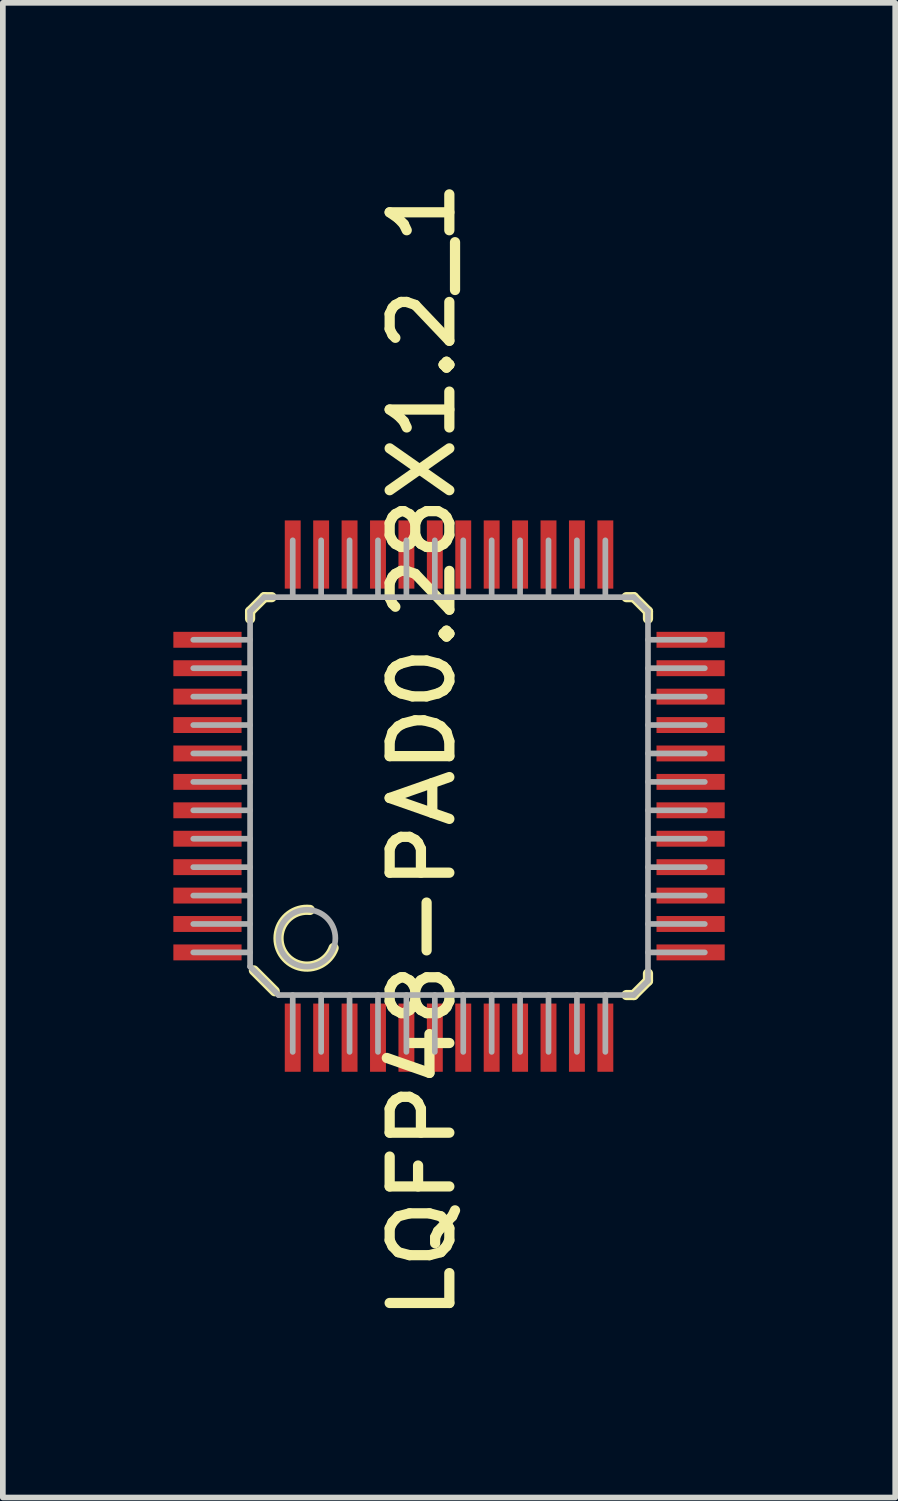
<source format=kicad_pcb>
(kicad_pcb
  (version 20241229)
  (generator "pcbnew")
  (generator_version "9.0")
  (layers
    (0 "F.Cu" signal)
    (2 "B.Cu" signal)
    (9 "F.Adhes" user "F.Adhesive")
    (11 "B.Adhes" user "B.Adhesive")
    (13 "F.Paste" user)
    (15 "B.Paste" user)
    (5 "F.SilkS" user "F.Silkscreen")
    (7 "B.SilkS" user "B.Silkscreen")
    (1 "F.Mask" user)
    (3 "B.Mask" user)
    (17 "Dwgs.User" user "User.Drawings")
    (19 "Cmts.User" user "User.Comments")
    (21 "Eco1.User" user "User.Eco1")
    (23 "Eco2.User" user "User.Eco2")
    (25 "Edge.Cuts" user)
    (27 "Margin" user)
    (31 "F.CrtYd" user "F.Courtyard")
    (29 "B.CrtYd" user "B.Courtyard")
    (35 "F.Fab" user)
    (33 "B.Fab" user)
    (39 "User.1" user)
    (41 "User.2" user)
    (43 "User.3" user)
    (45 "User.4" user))
  (footprint "LQFP48-PAD0.28X1.2_1"
    (layer "F.Cu")
    (at 4.85 10.956)
    (property "Reference" "LQFP48-PAD0.28X1.2_1" (at -0.471 -0.808 90) (unlocked yes) (layer "F.SilkS") (effects (font (size 1.05 1.104) (thickness 0.18))))
    (attr smd)
    (fp_line (start -3.5 -3.25) (end -3.25 -3.5) (stroke (width 0.18) (type solid)) (layer "F.SilkS"))
    (fp_line (start -3.5 -3.121) (end -3.5 -3.25) (stroke (width 0.18) (type solid)) (layer "F.SilkS"))
    (fp_line (start -3.433 3.067) (end -3.067 3.433) (stroke (width 0.18) (type solid)) (layer "F.SilkS"))
    (fp_line (start -3.25 -3.5) (end -3.121 -3.5) (stroke (width 0.18) (type solid)) (layer "F.SilkS"))
    (fp_line (start 3.121 -3.5) (end 3.25 -3.5) (stroke (width 0.18) (type solid)) (layer "F.SilkS"))
    (fp_line (start 3.121 3.5) (end 3.25 3.5) (stroke (width 0.18) (type solid)) (layer "F.SilkS"))
    (fp_line (start 3.25 -3.5) (end 3.5 -3.25) (stroke (width 0.18) (type solid)) (layer "F.SilkS"))
    (fp_line (start 3.25 3.5) (end 3.5 3.25) (stroke (width 0.18) (type solid)) (layer "F.SilkS"))
    (fp_line (start 3.5 -3.121) (end 3.5 -3.25) (stroke (width 0.18) (type solid)) (layer "F.SilkS"))
    (fp_line (start 3.5 3.25) (end 3.5 3.121) (stroke (width 0.18) (type solid)) (layer "F.SilkS"))
    (fp_arc (start -2.030453 2.671816) (mid -2.924005 2.764944) (end -2.448595 2.002649) (stroke (width 0.18) (type solid)) (layer "F.SilkS"))
    (fp_line (start -4.5 -2.75) (end -3.5 -2.75) (stroke (width 0.1) (type solid)) (layer "F.Fab"))
    (fp_line (start -4.5 -2.25) (end -3.5 -2.25) (stroke (width 0.1) (type solid)) (layer "F.Fab"))
    (fp_line (start -4.5 -1.75) (end -3.5 -1.75) (stroke (width 0.1) (type solid)) (layer "F.Fab"))
    (fp_line (start -4.5 -1.25) (end -3.5 -1.25) (stroke (width 0.1) (type solid)) (layer "F.Fab"))
    (fp_line (start -4.5 -0.75) (end -3.5 -0.75) (stroke (width 0.1) (type solid)) (layer "F.Fab"))
    (fp_line (start -4.5 -0.25) (end -3.5 -0.25) (stroke (width 0.1) (type solid)) (layer "F.Fab"))
    (fp_line (start -4.5 0.25) (end -3.5 0.25) (stroke (width 0.1) (type solid)) (layer "F.Fab"))
    (fp_line (start -4.5 0.75) (end -3.5 0.75) (stroke (width 0.1) (type solid)) (layer "F.Fab"))
    (fp_line (start -4.5 1.25) (end -3.5 1.25) (stroke (width 0.1) (type solid)) (layer "F.Fab"))
    (fp_line (start -4.5 1.75) (end -3.5 1.75) (stroke (width 0.1) (type solid)) (layer "F.Fab"))
    (fp_line (start -4.5 2.25) (end -3.5 2.25) (stroke (width 0.1) (type solid)) (layer "F.Fab"))
    (fp_line (start -4.5 2.75) (end -3.5 2.75) (stroke (width 0.1) (type solid)) (layer "F.Fab"))
    (fp_line (start -3.5 -3.25) (end -3.25 -3.5) (stroke (width 0.1) (type solid)) (layer "F.Fab"))
    (fp_line (start -3.5 3) (end -3.5 -3.25) (stroke (width 0.1) (type solid)) (layer "F.Fab"))
    (fp_line (start -3.5 3) (end -3 3.5) (stroke (width 0.1) (type solid)) (layer "F.Fab"))
    (fp_line (start -3.25 -3.5) (end 3.25 -3.5) (stroke (width 0.1) (type solid)) (layer "F.Fab"))
    (fp_line (start -3 3.5) (end 3.25 3.5) (stroke (width 0.1) (type solid)) (layer "F.Fab"))
    (fp_line (start -2.75 -3.5) (end -2.75 -4.5) (stroke (width 0.1) (type solid)) (layer "F.Fab"))
    (fp_line (start -2.75 4.5) (end -2.75 3.5) (stroke (width 0.1) (type solid)) (layer "F.Fab"))
    (fp_line (start -2.25 -3.5) (end -2.25 -4.5) (stroke (width 0.1) (type solid)) (layer "F.Fab"))
    (fp_line (start -2.25 4.5) (end -2.25 3.5) (stroke (width 0.1) (type solid)) (layer "F.Fab"))
    (fp_line (start -1.75 -3.5) (end -1.75 -4.5) (stroke (width 0.1) (type solid)) (layer "F.Fab"))
    (fp_line (start -1.75 4.5) (end -1.75 3.5) (stroke (width 0.1) (type solid)) (layer "F.Fab"))
    (fp_line (start -1.25 -3.5) (end -1.25 -4.5) (stroke (width 0.1) (type solid)) (layer "F.Fab"))
    (fp_line (start -1.25 4.5) (end -1.25 3.5) (stroke (width 0.1) (type solid)) (layer "F.Fab"))
    (fp_line (start -0.75 -3.5) (end -0.75 -4.5) (stroke (width 0.1) (type solid)) (layer "F.Fab"))
    (fp_line (start -0.75 4.5) (end -0.75 3.5) (stroke (width 0.1) (type solid)) (layer "F.Fab"))
    (fp_line (start -0.25 -3.5) (end -0.25 -4.5) (stroke (width 0.1) (type solid)) (layer "F.Fab"))
    (fp_line (start -0.25 4.5) (end -0.25 3.5) (stroke (width 0.1) (type solid)) (layer "F.Fab"))
    (fp_line (start 0.25 -3.5) (end 0.25 -4.5) (stroke (width 0.1) (type solid)) (layer "F.Fab"))
    (fp_line (start 0.25 4.5) (end 0.25 3.5) (stroke (width 0.1) (type solid)) (layer "F.Fab"))
    (fp_line (start 0.75 -3.5) (end 0.75 -4.5) (stroke (width 0.1) (type solid)) (layer "F.Fab"))
    (fp_line (start 0.75 4.5) (end 0.75 3.5) (stroke (width 0.1) (type solid)) (layer "F.Fab"))
    (fp_line (start 1.25 -3.5) (end 1.25 -4.5) (stroke (width 0.1) (type solid)) (layer "F.Fab"))
    (fp_line (start 1.25 4.5) (end 1.25 3.5) (stroke (width 0.1) (type solid)) (layer "F.Fab"))
    (fp_line (start 1.75 -3.5) (end 1.75 -4.5) (stroke (width 0.1) (type solid)) (layer "F.Fab"))
    (fp_line (start 1.75 4.5) (end 1.75 3.5) (stroke (width 0.1) (type solid)) (layer "F.Fab"))
    (fp_line (start 2.25 -3.5) (end 2.25 -4.5) (stroke (width 0.1) (type solid)) (layer "F.Fab"))
    (fp_line (start 2.25 4.5) (end 2.25 3.5) (stroke (width 0.1) (type solid)) (layer "F.Fab"))
    (fp_line (start 2.75 -3.5) (end 2.75 -4.5) (stroke (width 0.1) (type solid)) (layer "F.Fab"))
    (fp_line (start 2.75 4.5) (end 2.75 3.5) (stroke (width 0.1) (type solid)) (layer "F.Fab"))
    (fp_line (start 3.25 -3.5) (end 3.5 -3.25) (stroke (width 0.1) (type solid)) (layer "F.Fab"))
    (fp_line (start 3.25 3.5) (end 3.5 3.25) (stroke (width 0.1) (type solid)) (layer "F.Fab"))
    (fp_line (start 3.5 -2.75) (end 4.5 -2.75) (stroke (width 0.1) (type solid)) (layer "F.Fab"))
    (fp_line (start 3.5 -2.25) (end 4.5 -2.25) (stroke (width 0.1) (type solid)) (layer "F.Fab"))
    (fp_line (start 3.5 -1.75) (end 4.5 -1.75) (stroke (width 0.1) (type solid)) (layer "F.Fab"))
    (fp_line (start 3.5 -1.25) (end 4.5 -1.25) (stroke (width 0.1) (type solid)) (layer "F.Fab"))
    (fp_line (start 3.5 -0.75) (end 4.5 -0.75) (stroke (width 0.1) (type solid)) (layer "F.Fab"))
    (fp_line (start 3.5 -0.25) (end 4.5 -0.25) (stroke (width 0.1) (type solid)) (layer "F.Fab"))
    (fp_line (start 3.5 0.25) (end 4.5 0.25) (stroke (width 0.1) (type solid)) (layer "F.Fab"))
    (fp_line (start 3.5 0.75) (end 4.5 0.75) (stroke (width 0.1) (type solid)) (layer "F.Fab"))
    (fp_line (start 3.5 1.25) (end 4.5 1.25) (stroke (width 0.1) (type solid)) (layer "F.Fab"))
    (fp_line (start 3.5 1.75) (end 4.5 1.75) (stroke (width 0.1) (type solid)) (layer "F.Fab"))
    (fp_line (start 3.5 2.25) (end 4.5 2.25) (stroke (width 0.1) (type solid)) (layer "F.Fab"))
    (fp_line (start 3.5 2.75) (end 4.5 2.75) (stroke (width 0.1) (type solid)) (layer "F.Fab"))
    (fp_line (start 3.5 3.25) (end 3.5 -3.25) (stroke (width 0.1) (type solid)) (layer "F.Fab"))
    (fp_circle (center -2.5 2.5) (end -2 2.5) (stroke (width 0.1) (type solid)) (fill no) (layer "F.Fab"))
    (pad "1" smd rect (at -2.75 4.25) (size 0.28 1.2) (layers "F.Cu" "F.Mask" "F.Paste"))
    (pad "2" smd rect (at -2.25 4.25) (size 0.28 1.2) (layers "F.Cu" "F.Mask" "F.Paste"))
    (pad "3" smd rect (at -1.75 4.25) (size 0.28 1.2) (layers "F.Cu" "F.Mask" "F.Paste"))
    (pad "4" smd rect (at -1.25 4.25) (size 0.28 1.2) (layers "F.Cu" "F.Mask" "F.Paste"))
    (pad "5" smd rect (at -0.75 4.25) (size 0.28 1.2) (layers "F.Cu" "F.Mask" "F.Paste"))
    (pad "6" smd rect (at -0.25 4.25) (size 0.28 1.2) (layers "F.Cu" "F.Mask" "F.Paste"))
    (pad "7" smd rect (at 0.25 4.25) (size 0.28 1.2) (layers "F.Cu" "F.Mask" "F.Paste"))
    (pad "8" smd rect (at 0.75 4.25) (size 0.28 1.2) (layers "F.Cu" "F.Mask" "F.Paste"))
    (pad "9" smd rect (at 1.25 4.25) (size 0.28 1.2) (layers "F.Cu" "F.Mask" "F.Paste"))
    (pad "10" smd rect (at 1.75 4.25) (size 0.28 1.2) (layers "F.Cu" "F.Mask" "F.Paste"))
    (pad "11" smd rect (at 2.25 4.25) (size 0.28 1.2) (layers "F.Cu" "F.Mask" "F.Paste"))
    (pad "12" smd rect (at 2.75 4.25) (size 0.28 1.2) (layers "F.Cu" "F.Mask" "F.Paste"))
    (pad "13" smd rect (at 4.25 2.75 90) (size 0.28 1.2) (layers "F.Cu" "F.Mask" "F.Paste"))
    (pad "14" smd rect (at 4.25 2.25 90) (size 0.28 1.2) (layers "F.Cu" "F.Mask" "F.Paste"))
    (pad "15" smd rect (at 4.25 1.75 90) (size 0.28 1.2) (layers "F.Cu" "F.Mask" "F.Paste"))
    (pad "16" smd rect (at 4.25 1.25 90) (size 0.28 1.2) (layers "F.Cu" "F.Mask" "F.Paste"))
    (pad "17" smd rect (at 4.25 0.75 90) (size 0.28 1.2) (layers "F.Cu" "F.Mask" "F.Paste"))
    (pad "18" smd rect (at 4.25 0.25 90) (size 0.28 1.2) (layers "F.Cu" "F.Mask" "F.Paste"))
    (pad "19" smd rect (at 4.25 -0.25 90) (size 0.28 1.2) (layers "F.Cu" "F.Mask" "F.Paste"))
    (pad "20" smd rect (at 4.25 -0.75 90) (size 0.28 1.2) (layers "F.Cu" "F.Mask" "F.Paste"))
    (pad "21" smd rect (at 4.25 -1.25 90) (size 0.28 1.2) (layers "F.Cu" "F.Mask" "F.Paste"))
    (pad "22" smd rect (at 4.25 -1.75 90) (size 0.28 1.2) (layers "F.Cu" "F.Mask" "F.Paste"))
    (pad "23" smd rect (at 4.25 -2.25 90) (size 0.28 1.2) (layers "F.Cu" "F.Mask" "F.Paste"))
    (pad "24" smd rect (at 4.25 -2.75 90) (size 0.28 1.2) (layers "F.Cu" "F.Mask" "F.Paste"))
    (pad "25" smd rect (at 2.75 -4.25) (size 0.28 1.2) (layers "F.Cu" "F.Mask" "F.Paste"))
    (pad "26" smd rect (at 2.25 -4.25) (size 0.28 1.2) (layers "F.Cu" "F.Mask" "F.Paste"))
    (pad "27" smd rect (at 1.75 -4.25) (size 0.28 1.2) (layers "F.Cu" "F.Mask" "F.Paste"))
    (pad "28" smd rect (at 1.25 -4.25) (size 0.28 1.2) (layers "F.Cu" "F.Mask" "F.Paste"))
    (pad "29" smd rect (at 0.75 -4.25) (size 0.28 1.2) (layers "F.Cu" "F.Mask" "F.Paste"))
    (pad "30" smd rect (at 0.25 -4.25) (size 0.28 1.2) (layers "F.Cu" "F.Mask" "F.Paste"))
    (pad "31" smd rect (at -0.25 -4.25) (size 0.28 1.2) (layers "F.Cu" "F.Mask" "F.Paste"))
    (pad "32" smd rect (at -0.75 -4.25) (size 0.28 1.2) (layers "F.Cu" "F.Mask" "F.Paste"))
    (pad "33" smd rect (at -1.25 -4.25) (size 0.28 1.2) (layers "F.Cu" "F.Mask" "F.Paste"))
    (pad "34" smd rect (at -1.75 -4.25) (size 0.28 1.2) (layers "F.Cu" "F.Mask" "F.Paste"))
    (pad "35" smd rect (at -2.25 -4.25) (size 0.28 1.2) (layers "F.Cu" "F.Mask" "F.Paste"))
    (pad "36" smd rect (at -2.75 -4.25) (size 0.28 1.2) (layers "F.Cu" "F.Mask" "F.Paste"))
    (pad "37" smd rect (at -4.25 -2.75 90) (size 0.28 1.2) (layers "F.Cu" "F.Mask" "F.Paste"))
    (pad "38" smd rect (at -4.25 -2.25 90) (size 0.28 1.2) (layers "F.Cu" "F.Mask" "F.Paste"))
    (pad "39" smd rect (at -4.25 -1.75 90) (size 0.28 1.2) (layers "F.Cu" "F.Mask" "F.Paste"))
    (pad "40" smd rect (at -4.25 -1.25 90) (size 0.28 1.2) (layers "F.Cu" "F.Mask" "F.Paste"))
    (pad "41" smd rect (at -4.25 -0.75 90) (size 0.28 1.2) (layers "F.Cu" "F.Mask" "F.Paste"))
    (pad "42" smd rect (at -4.25 -0.25 90) (size 0.28 1.2) (layers "F.Cu" "F.Mask" "F.Paste"))
    (pad "43" smd rect (at -4.25 0.25 90) (size 0.28 1.2) (layers "F.Cu" "F.Mask" "F.Paste"))
    (pad "44" smd rect (at -4.25 0.75 90) (size 0.28 1.2) (layers "F.Cu" "F.Mask" "F.Paste"))
    (pad "45" smd rect (at -4.25 1.25 90) (size 0.28 1.2) (layers "F.Cu" "F.Mask" "F.Paste"))
    (pad "46" smd rect (at -4.25 1.75 90) (size 0.28 1.2) (layers "F.Cu" "F.Mask" "F.Paste"))
    (pad "47" smd rect (at -4.25 2.25 90) (size 0.28 1.2) (layers "F.Cu" "F.Mask" "F.Paste"))
    (pad "48" smd rect (at -4.25 2.75 90) (size 0.28 1.2) (layers "F.Cu" "F.Mask" "F.Paste")))
  (gr_rect
    (start -3 -3)
    (end 12.7 23.296)
    (stroke (width 0.1) (type default))
    (fill no)
    (layer "Edge.Cuts")))
</source>
